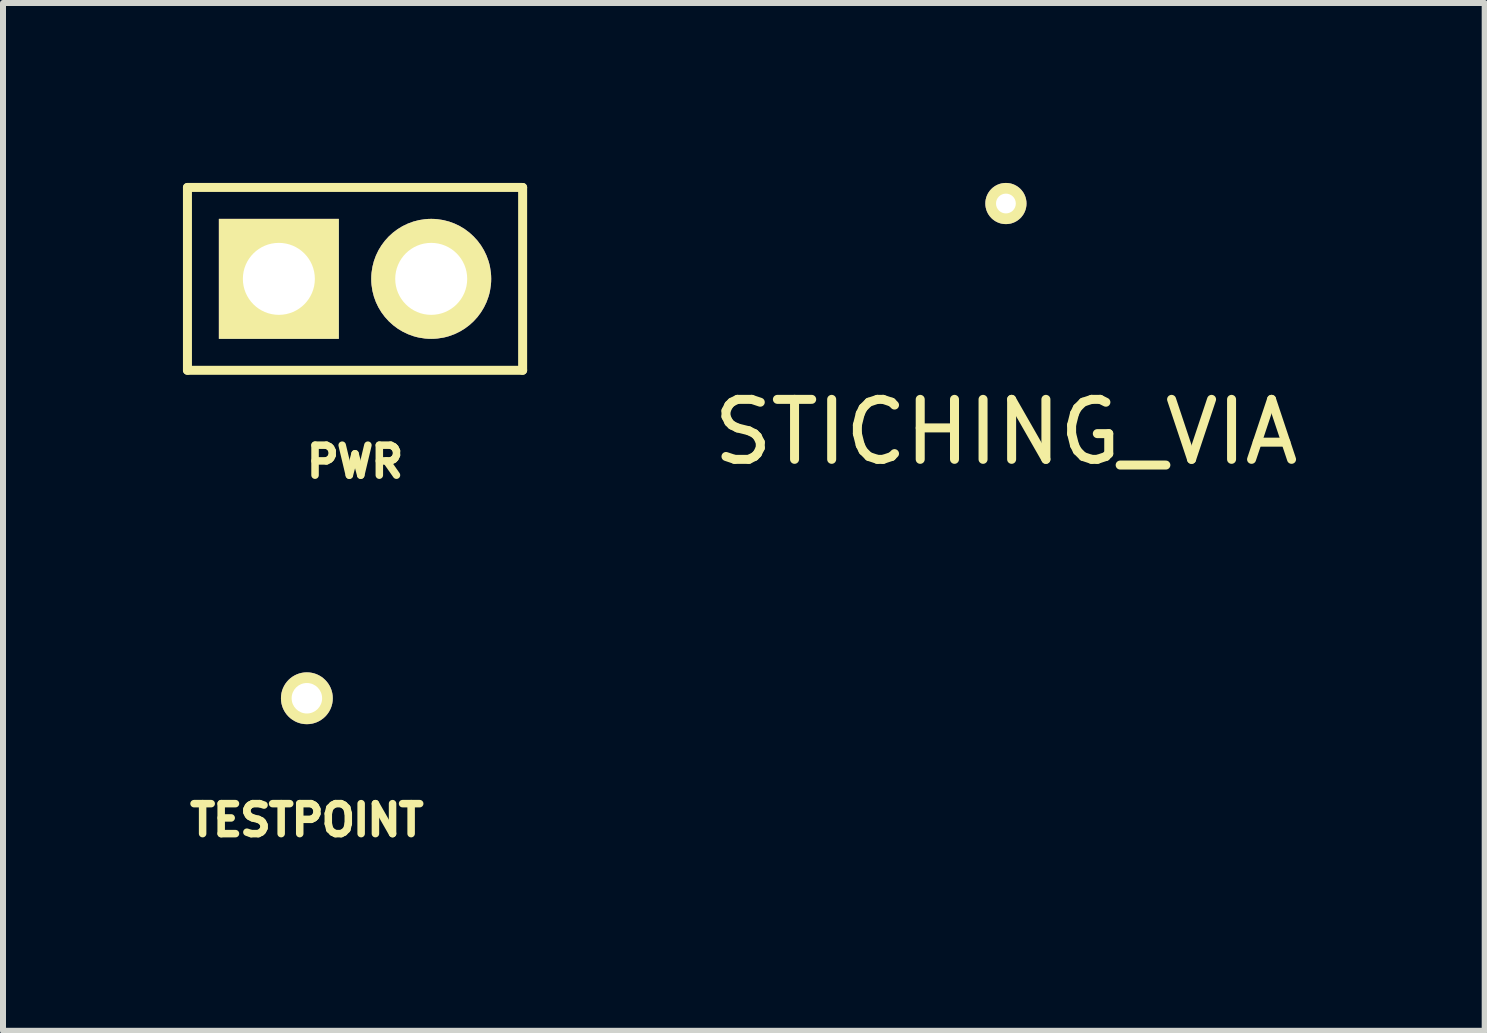
<source format=kicad_pcb>
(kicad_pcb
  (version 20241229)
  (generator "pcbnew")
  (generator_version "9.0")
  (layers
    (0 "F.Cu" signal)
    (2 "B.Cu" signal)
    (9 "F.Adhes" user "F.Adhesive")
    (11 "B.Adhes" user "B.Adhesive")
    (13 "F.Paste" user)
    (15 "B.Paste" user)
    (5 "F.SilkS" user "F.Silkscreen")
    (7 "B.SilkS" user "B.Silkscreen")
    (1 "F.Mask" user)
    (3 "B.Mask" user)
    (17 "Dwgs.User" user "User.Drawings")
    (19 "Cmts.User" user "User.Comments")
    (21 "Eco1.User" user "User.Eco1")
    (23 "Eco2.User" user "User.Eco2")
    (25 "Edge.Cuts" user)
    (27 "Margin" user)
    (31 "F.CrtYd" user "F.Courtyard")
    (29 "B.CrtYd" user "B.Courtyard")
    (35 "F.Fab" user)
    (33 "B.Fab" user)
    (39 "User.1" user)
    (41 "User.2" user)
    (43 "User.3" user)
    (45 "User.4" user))
  (footprint "STICHING_VIA"
    (layer "F.Cu")
    (at 13.72 0.343)
    (property "Reference" "STICHING_VIA" (at 0 3.81 0) (layer "F.SilkS") (effects (font (size 1 1) (thickness 0.15))))
    (attr through_hole)
    (pad "1" thru_hole circle (at 0 0) (size 0.686 0.686) (drill 0.33) (layers "*.Cu" "*.Mask" "F.SilkS")))
  (footprint "PWR"
    (layer "F.Cu")
    (at 2.869 1.599)
    (property "Reference" "PWR" (at 0 3.048 0) (layer "F.SilkS") (effects (font (size 0.5 0.5) (thickness 0.125))))
    (attr through_hole)
    (fp_line (start -2.794 -1.524) (end -2.794 1.524) (stroke (width 0.15) (type solid)) (layer "F.SilkS"))
    (fp_line (start -2.794 1.524) (end 2.794 1.524) (stroke (width 0.15) (type solid)) (layer "F.SilkS"))
    (fp_line (start 2.794 -1.524) (end -2.794 -1.524) (stroke (width 0.15) (type solid)) (layer "F.SilkS"))
    (fp_line (start 2.794 1.524) (end 2.794 -1.524) (stroke (width 0.15) (type solid)) (layer "F.SilkS"))
    (pad "1" thru_hole rect (at -1.27 0) (size 2 2) (drill 1.2) (layers "*.Cu" "*.Mask" "F.SilkS"))
    (pad "2" thru_hole circle (at 1.27 0) (size 2 2) (drill 1.2) (layers "*.Cu" "*.Mask" "F.SilkS")))
  (footprint "TESTPOINT"
    (layer "F.Cu")
    (at 2.066 8.591)
    (property "Reference" "TESTPOINT" (at 0 2.032 0) (layer "F.SilkS") (effects (font (size 0.5 0.5) (thickness 0.125))))
    (attr through_hole)
    (pad "1" thru_hole circle (at 0 0) (size 0.864 0.864) (drill 0.508) (layers "*.Cu" "*.Mask" "F.SilkS")))
  (gr_rect
    (start -3 -3)
    (end 21.702 14.135)
    (stroke (width 0.1) (type default))
    (fill no)
    (layer "Edge.Cuts")))
</source>
